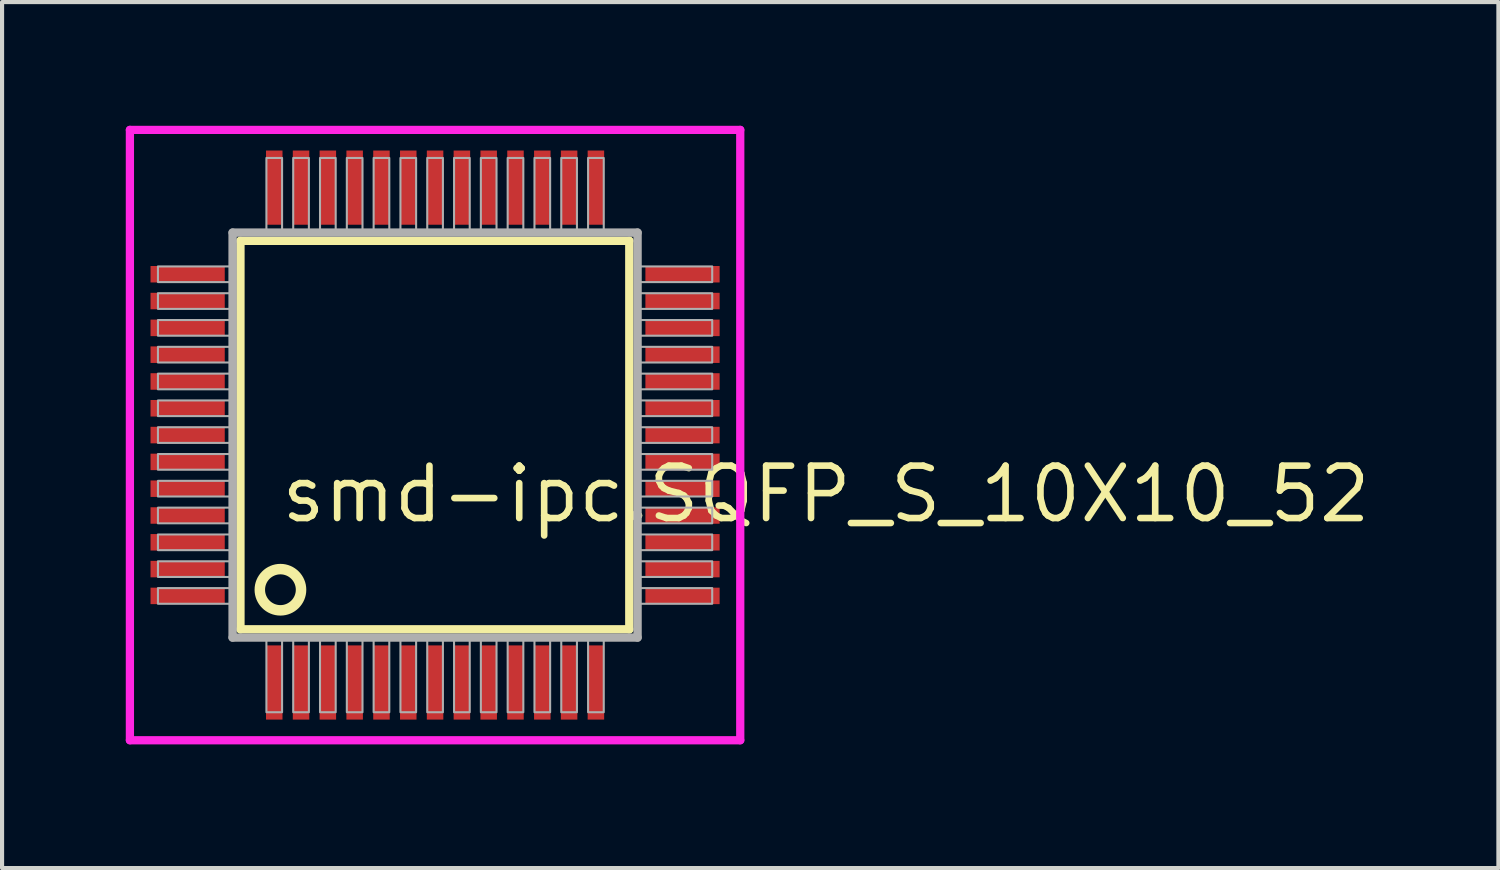
<source format=kicad_pcb>
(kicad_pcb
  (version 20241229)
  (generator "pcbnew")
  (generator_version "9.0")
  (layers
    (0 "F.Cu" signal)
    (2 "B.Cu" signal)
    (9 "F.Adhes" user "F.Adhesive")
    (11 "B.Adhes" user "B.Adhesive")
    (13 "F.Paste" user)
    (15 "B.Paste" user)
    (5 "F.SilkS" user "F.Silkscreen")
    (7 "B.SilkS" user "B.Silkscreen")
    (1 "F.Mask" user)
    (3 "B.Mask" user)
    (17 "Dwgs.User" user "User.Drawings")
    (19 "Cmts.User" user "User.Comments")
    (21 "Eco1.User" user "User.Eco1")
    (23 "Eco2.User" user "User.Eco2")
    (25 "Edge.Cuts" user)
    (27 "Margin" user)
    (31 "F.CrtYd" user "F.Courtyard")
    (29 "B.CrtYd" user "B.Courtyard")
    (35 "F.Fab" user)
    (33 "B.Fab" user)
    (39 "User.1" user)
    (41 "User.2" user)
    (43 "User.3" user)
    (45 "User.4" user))
  (footprint "smd-ipc.SQFP_S_10X10_52"
    (layer "F.Cu")
    (at 7.5 7.5)
    (property "Reference" "smd-ipc.SQFP_S_10X10_52" (at -3.81 2.175 0) (layer "F.SilkS") (effects (font (size 1.27 1.27) (thickness 0.16)) (justify left bottom)))
    (attr smd)
    (fp_line (start -4.72 -4.71) (end 4.71 -4.71) (stroke (width 0.203) (type default)) (layer "F.SilkS"))
    (fp_line (start -4.72 4.71) (end -4.72 -4.71) (stroke (width 0.203) (type default)) (layer "F.SilkS"))
    (fp_line (start 4.71 -4.71) (end 4.71 4.71) (stroke (width 0.203) (type default)) (layer "F.SilkS"))
    (fp_line (start 4.71 4.71) (end -4.72 4.71) (stroke (width 0.203) (type default)) (layer "F.SilkS"))
    (fp_circle (center -3.75 3.75) (end -3.25 3.75) (stroke (width 0.254) (type default)) (fill no) (layer "F.SilkS"))
    (fp_line (start -7.4 -7.4) (end 7.4 -7.4) (stroke (width 0.2) (type default)) (layer "F.CrtYd"))
    (fp_line (start -7.4 7.4) (end -7.4 -7.4) (stroke (width 0.2) (type default)) (layer "F.CrtYd"))
    (fp_line (start 7.4 -7.4) (end 7.4 7.4) (stroke (width 0.2) (type default)) (layer "F.CrtYd"))
    (fp_line (start 7.4 7.4) (end -7.4 7.4) (stroke (width 0.2) (type default)) (layer "F.CrtYd"))
    (fp_line (start -4.91 -4.91) (end -4.91 4.91) (stroke (width 0.203) (type default)) (layer "F.Fab"))
    (fp_line (start -4.91 4.91) (end 4.91 4.91) (stroke (width 0.203) (type default)) (layer "F.Fab"))
    (fp_line (start 4.91 -4.91) (end -4.91 -4.91) (stroke (width 0.203) (type default)) (layer "F.Fab"))
    (fp_line (start 4.91 4.91) (end 4.91 -4.91) (stroke (width 0.203) (type default)) (layer "F.Fab"))
    (fp_rect (start -6.72 -3.71) (end -4.95 -4.09) (stroke (width 0.05) (type default)) (fill no) (layer "F.Fab"))
    (fp_rect (start -6.72 -3.06) (end -4.95 -3.44) (stroke (width 0.05) (type default)) (fill no) (layer "F.Fab"))
    (fp_rect (start -6.72 -2.41) (end -4.95 -2.79) (stroke (width 0.05) (type default)) (fill no) (layer "F.Fab"))
    (fp_rect (start -6.72 -1.76) (end -4.95 -2.14) (stroke (width 0.05) (type default)) (fill no) (layer "F.Fab"))
    (fp_rect (start -6.72 -1.11) (end -4.95 -1.49) (stroke (width 0.05) (type default)) (fill no) (layer "F.Fab"))
    (fp_rect (start -6.72 -0.46) (end -4.95 -0.84) (stroke (width 0.05) (type default)) (fill no) (layer "F.Fab"))
    (fp_rect (start -6.72 0.19) (end -4.95 -0.19) (stroke (width 0.05) (type default)) (fill no) (layer "F.Fab"))
    (fp_rect (start -6.72 0.84) (end -4.95 0.46) (stroke (width 0.05) (type default)) (fill no) (layer "F.Fab"))
    (fp_rect (start -6.72 1.49) (end -4.95 1.11) (stroke (width 0.05) (type default)) (fill no) (layer "F.Fab"))
    (fp_rect (start -6.72 2.14) (end -4.95 1.76) (stroke (width 0.05) (type default)) (fill no) (layer "F.Fab"))
    (fp_rect (start -6.72 2.79) (end -4.95 2.41) (stroke (width 0.05) (type default)) (fill no) (layer "F.Fab"))
    (fp_rect (start -6.72 3.44) (end -4.95 3.06) (stroke (width 0.05) (type default)) (fill no) (layer "F.Fab"))
    (fp_rect (start -6.72 4.09) (end -4.95 3.71) (stroke (width 0.05) (type default)) (fill no) (layer "F.Fab"))
    (fp_rect (start -4.09 -4.95) (end -3.71 -6.72) (stroke (width 0.05) (type default)) (fill no) (layer "F.Fab"))
    (fp_rect (start -4.09 6.72) (end -3.71 4.95) (stroke (width 0.05) (type default)) (fill no) (layer "F.Fab"))
    (fp_rect (start -3.44 -4.95) (end -3.06 -6.72) (stroke (width 0.05) (type default)) (fill no) (layer "F.Fab"))
    (fp_rect (start -3.44 6.72) (end -3.06 4.95) (stroke (width 0.05) (type default)) (fill no) (layer "F.Fab"))
    (fp_rect (start -2.79 -4.95) (end -2.41 -6.72) (stroke (width 0.05) (type default)) (fill no) (layer "F.Fab"))
    (fp_rect (start -2.79 6.72) (end -2.41 4.95) (stroke (width 0.05) (type default)) (fill no) (layer "F.Fab"))
    (fp_rect (start -2.14 -4.95) (end -1.76 -6.72) (stroke (width 0.05) (type default)) (fill no) (layer "F.Fab"))
    (fp_rect (start -2.14 6.72) (end -1.76 4.95) (stroke (width 0.05) (type default)) (fill no) (layer "F.Fab"))
    (fp_rect (start -1.49 -4.95) (end -1.11 -6.72) (stroke (width 0.05) (type default)) (fill no) (layer "F.Fab"))
    (fp_rect (start -1.49 6.72) (end -1.11 4.95) (stroke (width 0.05) (type default)) (fill no) (layer "F.Fab"))
    (fp_rect (start -0.84 -4.95) (end -0.46 -6.72) (stroke (width 0.05) (type default)) (fill no) (layer "F.Fab"))
    (fp_rect (start -0.84 6.72) (end -0.46 4.95) (stroke (width 0.05) (type default)) (fill no) (layer "F.Fab"))
    (fp_rect (start -0.19 -4.95) (end 0.19 -6.72) (stroke (width 0.05) (type default)) (fill no) (layer "F.Fab"))
    (fp_rect (start -0.19 6.72) (end 0.19 4.95) (stroke (width 0.05) (type default)) (fill no) (layer "F.Fab"))
    (fp_rect (start 0.46 -4.95) (end 0.84 -6.72) (stroke (width 0.05) (type default)) (fill no) (layer "F.Fab"))
    (fp_rect (start 0.46 6.72) (end 0.84 4.95) (stroke (width 0.05) (type default)) (fill no) (layer "F.Fab"))
    (fp_rect (start 1.11 -4.95) (end 1.49 -6.72) (stroke (width 0.05) (type default)) (fill no) (layer "F.Fab"))
    (fp_rect (start 1.11 6.72) (end 1.49 4.95) (stroke (width 0.05) (type default)) (fill no) (layer "F.Fab"))
    (fp_rect (start 1.76 -4.95) (end 2.14 -6.72) (stroke (width 0.05) (type default)) (fill no) (layer "F.Fab"))
    (fp_rect (start 1.76 6.72) (end 2.14 4.95) (stroke (width 0.05) (type default)) (fill no) (layer "F.Fab"))
    (fp_rect (start 2.41 -4.95) (end 2.79 -6.72) (stroke (width 0.05) (type default)) (fill no) (layer "F.Fab"))
    (fp_rect (start 2.41 6.72) (end 2.79 4.95) (stroke (width 0.05) (type default)) (fill no) (layer "F.Fab"))
    (fp_rect (start 3.06 -4.95) (end 3.44 -6.72) (stroke (width 0.05) (type default)) (fill no) (layer "F.Fab"))
    (fp_rect (start 3.06 6.72) (end 3.44 4.95) (stroke (width 0.05) (type default)) (fill no) (layer "F.Fab"))
    (fp_rect (start 3.71 -4.95) (end 4.09 -6.72) (stroke (width 0.05) (type default)) (fill no) (layer "F.Fab"))
    (fp_rect (start 3.71 6.72) (end 4.09 4.95) (stroke (width 0.05) (type default)) (fill no) (layer "F.Fab"))
    (fp_rect (start 4.95 -3.71) (end 6.72 -4.09) (stroke (width 0.05) (type default)) (fill no) (layer "F.Fab"))
    (fp_rect (start 4.95 -3.06) (end 6.72 -3.44) (stroke (width 0.05) (type default)) (fill no) (layer "F.Fab"))
    (fp_rect (start 4.95 -2.41) (end 6.72 -2.79) (stroke (width 0.05) (type default)) (fill no) (layer "F.Fab"))
    (fp_rect (start 4.95 -1.76) (end 6.72 -2.14) (stroke (width 0.05) (type default)) (fill no) (layer "F.Fab"))
    (fp_rect (start 4.95 -1.11) (end 6.72 -1.49) (stroke (width 0.05) (type default)) (fill no) (layer "F.Fab"))
    (fp_rect (start 4.95 -0.46) (end 6.72 -0.84) (stroke (width 0.05) (type default)) (fill no) (layer "F.Fab"))
    (fp_rect (start 4.95 0.19) (end 6.72 -0.19) (stroke (width 0.05) (type default)) (fill no) (layer "F.Fab"))
    (fp_rect (start 4.95 0.84) (end 6.72 0.46) (stroke (width 0.05) (type default)) (fill no) (layer "F.Fab"))
    (fp_rect (start 4.95 1.49) (end 6.72 1.11) (stroke (width 0.05) (type default)) (fill no) (layer "F.Fab"))
    (fp_rect (start 4.95 2.14) (end 6.72 1.76) (stroke (width 0.05) (type default)) (fill no) (layer "F.Fab"))
    (fp_rect (start 4.95 2.79) (end 6.72 2.41) (stroke (width 0.05) (type default)) (fill no) (layer "F.Fab"))
    (fp_rect (start 4.95 3.44) (end 6.72 3.06) (stroke (width 0.05) (type default)) (fill no) (layer "F.Fab"))
    (fp_rect (start 4.95 4.09) (end 6.72 3.71) (stroke (width 0.05) (type default)) (fill no) (layer "F.Fab"))
    (pad "1" smd roundrect (at -3.9 6) (size 0.4 1.8) (layers "F.Cu" "F.Mask" "F.Paste") (roundrect_rratio 0.01))
    (pad "2" smd roundrect (at -3.25 6) (size 0.4 1.8) (layers "F.Cu" "F.Mask" "F.Paste") (roundrect_rratio 0.01))
    (pad "3" smd roundrect (at -2.6 6) (size 0.4 1.8) (layers "F.Cu" "F.Mask" "F.Paste") (roundrect_rratio 0.01))
    (pad "4" smd roundrect (at -1.95 6) (size 0.4 1.8) (layers "F.Cu" "F.Mask" "F.Paste") (roundrect_rratio 0.01))
    (pad "5" smd roundrect (at -1.3 6) (size 0.4 1.8) (layers "F.Cu" "F.Mask" "F.Paste") (roundrect_rratio 0.01))
    (pad "6" smd roundrect (at -0.65 6) (size 0.4 1.8) (layers "F.Cu" "F.Mask" "F.Paste") (roundrect_rratio 0.01))
    (pad "7" smd roundrect (at 0 6) (size 0.4 1.8) (layers "F.Cu" "F.Mask" "F.Paste") (roundrect_rratio 0.01))
    (pad "8" smd roundrect (at 0.65 6) (size 0.4 1.8) (layers "F.Cu" "F.Mask" "F.Paste") (roundrect_rratio 0.01))
    (pad "9" smd roundrect (at 1.3 6) (size 0.4 1.8) (layers "F.Cu" "F.Mask" "F.Paste") (roundrect_rratio 0.01))
    (pad "10" smd roundrect (at 1.95 6) (size 0.4 1.8) (layers "F.Cu" "F.Mask" "F.Paste") (roundrect_rratio 0.01))
    (pad "11" smd roundrect (at 2.6 6) (size 0.4 1.8) (layers "F.Cu" "F.Mask" "F.Paste") (roundrect_rratio 0.01))
    (pad "12" smd roundrect (at 3.25 6) (size 0.4 1.8) (layers "F.Cu" "F.Mask" "F.Paste") (roundrect_rratio 0.01))
    (pad "13" smd roundrect (at 3.9 6) (size 0.4 1.8) (layers "F.Cu" "F.Mask" "F.Paste") (roundrect_rratio 0.01))
    (pad "14" smd roundrect (at 6 3.9) (size 1.8 0.4) (layers "F.Cu" "F.Mask" "F.Paste") (roundrect_rratio 0.01))
    (pad "15" smd roundrect (at 6 3.25) (size 1.8 0.4) (layers "F.Cu" "F.Mask" "F.Paste") (roundrect_rratio 0.01))
    (pad "16" smd roundrect (at 6 2.6) (size 1.8 0.4) (layers "F.Cu" "F.Mask" "F.Paste") (roundrect_rratio 0.01))
    (pad "17" smd roundrect (at 6 1.95) (size 1.8 0.4) (layers "F.Cu" "F.Mask" "F.Paste") (roundrect_rratio 0.01))
    (pad "18" smd roundrect (at 6 1.3) (size 1.8 0.4) (layers "F.Cu" "F.Mask" "F.Paste") (roundrect_rratio 0.01))
    (pad "19" smd roundrect (at 6 0.65) (size 1.8 0.4) (layers "F.Cu" "F.Mask" "F.Paste") (roundrect_rratio 0.01))
    (pad "20" smd roundrect (at 6 0) (size 1.8 0.4) (layers "F.Cu" "F.Mask" "F.Paste") (roundrect_rratio 0.01))
    (pad "21" smd roundrect (at 6 -0.65) (size 1.8 0.4) (layers "F.Cu" "F.Mask" "F.Paste") (roundrect_rratio 0.01))
    (pad "22" smd roundrect (at 6 -1.3) (size 1.8 0.4) (layers "F.Cu" "F.Mask" "F.Paste") (roundrect_rratio 0.01))
    (pad "23" smd roundrect (at 6 -1.95) (size 1.8 0.4) (layers "F.Cu" "F.Mask" "F.Paste") (roundrect_rratio 0.01))
    (pad "24" smd roundrect (at 6 -2.6) (size 1.8 0.4) (layers "F.Cu" "F.Mask" "F.Paste") (roundrect_rratio 0.01))
    (pad "25" smd roundrect (at 6 -3.25) (size 1.8 0.4) (layers "F.Cu" "F.Mask" "F.Paste") (roundrect_rratio 0.01))
    (pad "26" smd roundrect (at 6 -3.9) (size 1.8 0.4) (layers "F.Cu" "F.Mask" "F.Paste") (roundrect_rratio 0.01))
    (pad "27" smd roundrect (at 3.9 -6) (size 0.4 1.8) (layers "F.Cu" "F.Mask" "F.Paste") (roundrect_rratio 0.01))
    (pad "28" smd roundrect (at 3.25 -6) (size 0.4 1.8) (layers "F.Cu" "F.Mask" "F.Paste") (roundrect_rratio 0.01))
    (pad "29" smd roundrect (at 2.6 -6) (size 0.4 1.8) (layers "F.Cu" "F.Mask" "F.Paste") (roundrect_rratio 0.01))
    (pad "30" smd roundrect (at 1.95 -6) (size 0.4 1.8) (layers "F.Cu" "F.Mask" "F.Paste") (roundrect_rratio 0.01))
    (pad "31" smd roundrect (at 1.3 -6) (size 0.4 1.8) (layers "F.Cu" "F.Mask" "F.Paste") (roundrect_rratio 0.01))
    (pad "32" smd roundrect (at 0.65 -6) (size 0.4 1.8) (layers "F.Cu" "F.Mask" "F.Paste") (roundrect_rratio 0.01))
    (pad "33" smd roundrect (at 0 -6) (size 0.4 1.8) (layers "F.Cu" "F.Mask" "F.Paste") (roundrect_rratio 0.01))
    (pad "34" smd roundrect (at -0.65 -6) (size 0.4 1.8) (layers "F.Cu" "F.Mask" "F.Paste") (roundrect_rratio 0.01))
    (pad "35" smd roundrect (at -1.3 -6) (size 0.4 1.8) (layers "F.Cu" "F.Mask" "F.Paste") (roundrect_rratio 0.01))
    (pad "36" smd roundrect (at -1.95 -6) (size 0.4 1.8) (layers "F.Cu" "F.Mask" "F.Paste") (roundrect_rratio 0.01))
    (pad "37" smd roundrect (at -2.6 -6) (size 0.4 1.8) (layers "F.Cu" "F.Mask" "F.Paste") (roundrect_rratio 0.01))
    (pad "38" smd roundrect (at -3.25 -6) (size 0.4 1.8) (layers "F.Cu" "F.Mask" "F.Paste") (roundrect_rratio 0.01))
    (pad "39" smd roundrect (at -3.9 -6) (size 0.4 1.8) (layers "F.Cu" "F.Mask" "F.Paste") (roundrect_rratio 0.01))
    (pad "40" smd roundrect (at -6 -3.9) (size 1.8 0.4) (layers "F.Cu" "F.Mask" "F.Paste") (roundrect_rratio 0.01))
    (pad "41" smd roundrect (at -6 -3.25) (size 1.8 0.4) (layers "F.Cu" "F.Mask" "F.Paste") (roundrect_rratio 0.01))
    (pad "42" smd roundrect (at -6 -2.6) (size 1.8 0.4) (layers "F.Cu" "F.Mask" "F.Paste") (roundrect_rratio 0.01))
    (pad "43" smd roundrect (at -6 -1.95) (size 1.8 0.4) (layers "F.Cu" "F.Mask" "F.Paste") (roundrect_rratio 0.01))
    (pad "44" smd roundrect (at -6 -1.3) (size 1.8 0.4) (layers "F.Cu" "F.Mask" "F.Paste") (roundrect_rratio 0.01))
    (pad "45" smd roundrect (at -6 -0.65) (size 1.8 0.4) (layers "F.Cu" "F.Mask" "F.Paste") (roundrect_rratio 0.01))
    (pad "46" smd roundrect (at -6 0) (size 1.8 0.4) (layers "F.Cu" "F.Mask" "F.Paste") (roundrect_rratio 0.01))
    (pad "47" smd roundrect (at -6 0.65) (size 1.8 0.4) (layers "F.Cu" "F.Mask" "F.Paste") (roundrect_rratio 0.01))
    (pad "48" smd roundrect (at -6 1.3) (size 1.8 0.4) (layers "F.Cu" "F.Mask" "F.Paste") (roundrect_rratio 0.01))
    (pad "49" smd roundrect (at -6 1.95) (size 1.8 0.4) (layers "F.Cu" "F.Mask" "F.Paste") (roundrect_rratio 0.01))
    (pad "50" smd roundrect (at -6 2.6) (size 1.8 0.4) (layers "F.Cu" "F.Mask" "F.Paste") (roundrect_rratio 0.01))
    (pad "51" smd roundrect (at -6 3.25) (size 1.8 0.4) (layers "F.Cu" "F.Mask" "F.Paste") (roundrect_rratio 0.01))
    (pad "52" smd roundrect (at -6 3.9) (size 1.8 0.4) (layers "F.Cu" "F.Mask" "F.Paste") (roundrect_rratio 0.01)))
  (gr_rect
    (start -3 -3)
    (end 33.284 18)
    (stroke (width 0.1) (type default))
    (fill no)
    (layer "Edge.Cuts")))
</source>
